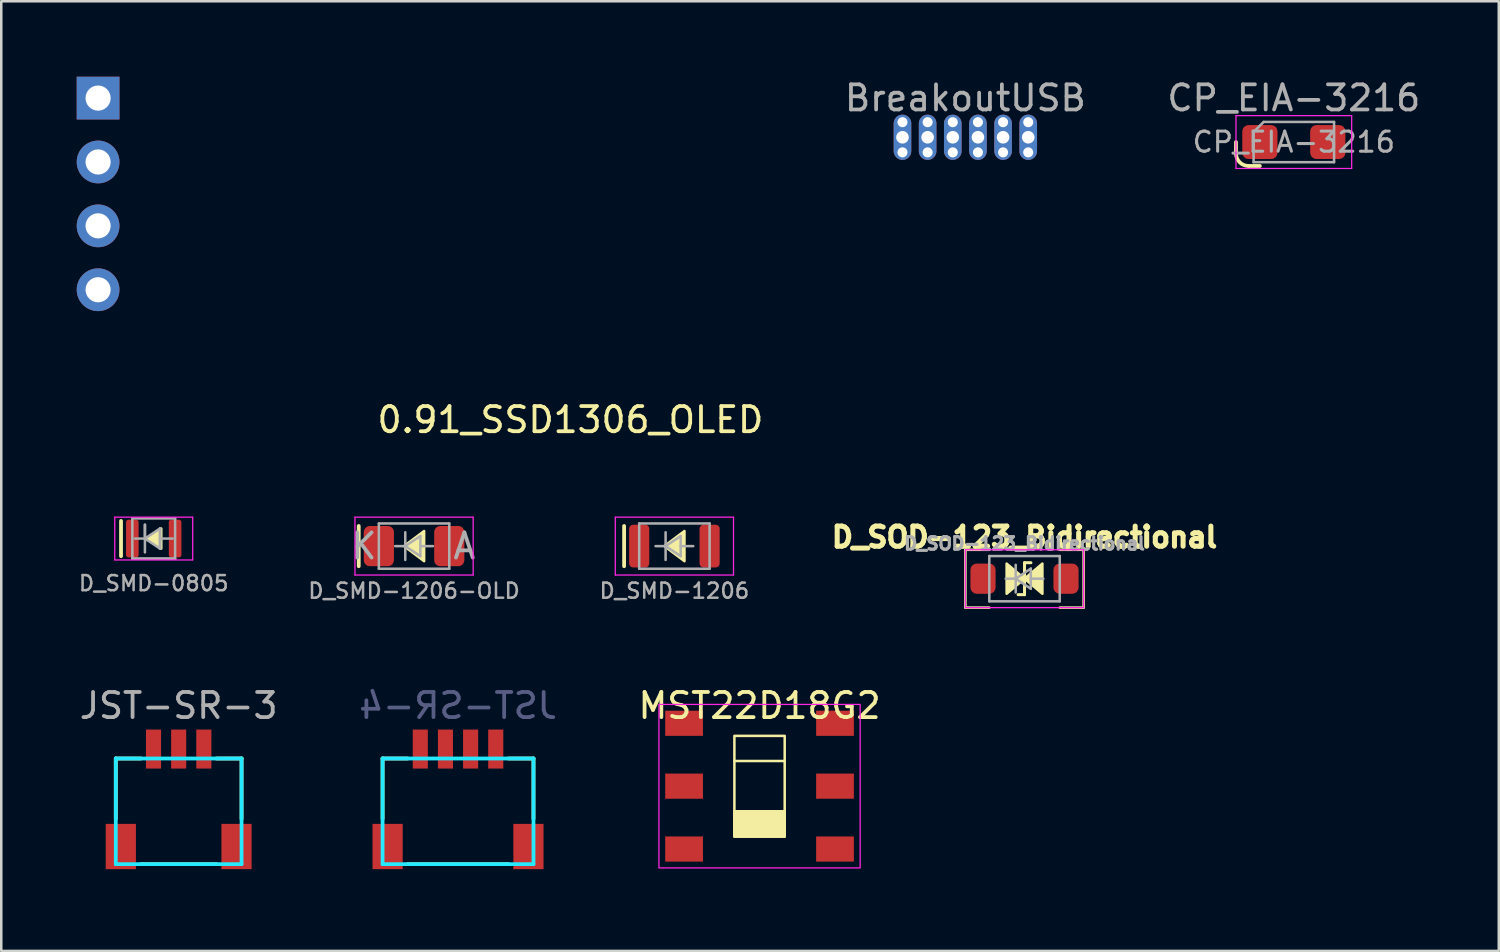
<source format=kicad_pcb>
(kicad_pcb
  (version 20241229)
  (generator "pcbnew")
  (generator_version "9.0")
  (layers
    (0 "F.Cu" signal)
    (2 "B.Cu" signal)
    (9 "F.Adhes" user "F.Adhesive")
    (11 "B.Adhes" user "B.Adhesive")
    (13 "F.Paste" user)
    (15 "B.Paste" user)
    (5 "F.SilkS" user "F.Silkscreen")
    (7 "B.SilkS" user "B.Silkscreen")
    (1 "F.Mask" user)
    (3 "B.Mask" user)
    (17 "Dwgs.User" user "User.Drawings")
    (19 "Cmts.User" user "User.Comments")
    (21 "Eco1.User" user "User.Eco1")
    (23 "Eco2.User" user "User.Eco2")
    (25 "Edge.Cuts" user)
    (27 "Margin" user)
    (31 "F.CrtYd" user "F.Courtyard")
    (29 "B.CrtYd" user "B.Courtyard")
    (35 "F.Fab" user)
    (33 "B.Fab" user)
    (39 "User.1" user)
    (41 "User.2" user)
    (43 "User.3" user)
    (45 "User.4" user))
  (footprint "D_SMD-0805"
    (layer "F.Cu")
    (at 3.062 18.363)
    (property "Reference" "D_SMD-0805" (at -0.00012 1.779 180) (layer "F.Fab") (effects (font (size 0.6 0.6) (thickness 0.1) (bold yes))))
    (attr smd)
    (fp_line (start -1.3 0.7) (end -1.3 -0.7) (stroke (width 0.15) (type solid)) (layer "F.SilkS"))
    (fp_poly (pts (xy -0.3 0) (xy 0.3 -0.4) (xy 0.3 0.4)) (stroke (width 0.1) (type solid)) (fill yes) (layer "F.SilkS"))
    (fp_line (start -1.55 -0.85) (end -1.55 0.85) (stroke (width 0.05) (type solid)) (layer "F.CrtYd"))
    (fp_line (start -1.55 -0.85) (end 1.55 -0.85) (stroke (width 0.05) (type solid)) (layer "F.CrtYd"))
    (fp_line (start 1.55 -0.85) (end 1.55 0.85) (stroke (width 0.05) (type solid)) (layer "F.CrtYd"))
    (fp_line (start 1.55 0.85) (end -1.55 0.85) (stroke (width 0.05) (type solid)) (layer "F.CrtYd"))
    (fp_line (start -0.85 -0.8) (end 0.85 -0.8) (stroke (width 0.1) (type solid)) (layer "F.Fab"))
    (fp_line (start -0.85 0.8) (end -0.85 -0.8) (stroke (width 0.1) (type solid)) (layer "F.Fab"))
    (fp_line (start -0.75 0) (end -0.35 0) (stroke (width 0.1) (type solid)) (layer "F.Fab"))
    (fp_line (start -0.35 0) (end -0.35 -0.55) (stroke (width 0.1) (type solid)) (layer "F.Fab"))
    (fp_line (start -0.35 0) (end -0.35 -0.55) (stroke (width 0.1) (type solid)) (layer "F.Fab"))
    (fp_line (start -0.35 0) (end -0.35 0.55) (stroke (width 0.1) (type solid)) (layer "F.Fab"))
    (fp_line (start -0.35 0) (end 0.25 -0.4) (stroke (width 0.1) (type solid)) (layer "F.Fab"))
    (fp_line (start 0.25 -0.4) (end 0.25 0.4) (stroke (width 0.1) (type solid)) (layer "F.Fab"))
    (fp_line (start 0.25 -0.4) (end 0.25 0.4) (stroke (width 0.1) (type solid)) (layer "F.Fab"))
    (fp_line (start 0.25 0) (end 0.75 0) (stroke (width 0.1) (type solid)) (layer "F.Fab"))
    (fp_line (start 0.25 0.4) (end -0.35 0) (stroke (width 0.1) (type solid)) (layer "F.Fab"))
    (fp_line (start 0.85 -0.8) (end 0.85 0.8) (stroke (width 0.1) (type solid)) (layer "F.Fab"))
    (fp_line (start 0.85 0.8) (end -0.85 0.8) (stroke (width 0.1) (type solid)) (layer "F.Fab"))
    (fp_line (start 0.85 0.8) (end -0.85 0.8) (stroke (width 0.1) (type solid)) (layer "F.Fab"))
    (pad "1" smd roundrect (at -0.85 0) (size 0.5 1.5) (layers "F.Cu" "F.Mask" "F.Paste") (roundrect_rratio 0.2))
    (pad "2" smd roundrect (at 0.85 0) (size 0.5 1.5) (layers "F.Cu" "F.Mask" "F.Paste") (roundrect_rratio 0.2)))
  (footprint "CP_EIA-3216"
    (layer "F.Cu")
    (at 48.392 2.598)
    (property "Reference" "CP_EIA-3216" (at 0 -1.75 0) (layer "F.Fab") (effects (font (size 1 1) (thickness 0.15))))
    (attr smd)
    (fp_line (start -2.3 0) (end -2.3 0.45) (stroke (width 0.15) (type solid)) (layer "F.SilkS"))
    (fp_line (start -1.8 0.95) (end -1.35 0.95) (stroke (width 0.15) (type solid)) (layer "F.SilkS"))
    (fp_arc (start -1.8 0.95) (mid -2.153553 0.803553) (end -2.3 0.45) (stroke (width 0.15) (type solid)) (layer "F.SilkS"))
    (fp_line (start -2.3 -1.05) (end 2.3 -1.05) (stroke (width 0.05) (type solid)) (layer "F.CrtYd"))
    (fp_line (start -2.3 1.05) (end -2.3 -1.05) (stroke (width 0.05) (type solid)) (layer "F.CrtYd"))
    (fp_line (start 2.3 -1.05) (end 2.3 1.05) (stroke (width 0.05) (type solid)) (layer "F.CrtYd"))
    (fp_line (start 2.3 1.05) (end -2.3 1.05) (stroke (width 0.05) (type solid)) (layer "F.CrtYd"))
    (fp_line (start -1.6 -0.4) (end -1.6 0.8) (stroke (width 0.1) (type solid)) (layer "F.Fab"))
    (fp_line (start -1.6 0.8) (end 1.6 0.8) (stroke (width 0.1) (type solid)) (layer "F.Fab"))
    (fp_line (start -1.2 -0.8) (end -1.6 -0.4) (stroke (width 0.1) (type solid)) (layer "F.Fab"))
    (fp_line (start 1.6 -0.8) (end -1.2 -0.8) (stroke (width 0.1) (type solid)) (layer "F.Fab"))
    (fp_line (start 1.6 0.8) (end 1.6 -0.8) (stroke (width 0.1) (type solid)) (layer "F.Fab"))
    (fp_text user "${REFERENCE}" (at 0 0 0) (layer "F.Fab") (effects (font (size 0.8 0.8) (thickness 0.12))))
    (pad "1" smd roundrect (at -1.35 0) (size 1.4 1.35) (layers "F.Cu" "F.Mask" "F.Paste") (roundrect_rratio 0.185))
    (pad "2" smd roundrect (at 1.35 0) (size 1.4 1.35) (layers "F.Cu" "F.Mask" "F.Paste") (roundrect_rratio 0.185)))
  (footprint "D_SMD-1206"
    (layer "F.Cu")
    (at 23.764 18.663)
    (property "Reference" "D_SMD-1206" (at -0.00012 1.779 180) (layer "F.Fab") (effects (font (size 0.6 0.6) (thickness 0.1) (bold yes))))
    (attr smd)
    (fp_line (start -2 0.8) (end -2 -0.8) (stroke (width 0.15) (type solid)) (layer "F.SilkS"))
    (fp_poly (pts (xy -0.4 0) (xy 0.4 -0.6) (xy 0.4 0.6)) (stroke (width 0.1) (type solid)) (fill yes) (layer "F.SilkS"))
    (fp_line (start -2.35 -1.15) (end -2.35 1.15) (stroke (width 0.05) (type solid)) (layer "F.CrtYd"))
    (fp_line (start -2.35 -1.15) (end 2.35 -1.15) (stroke (width 0.05) (type solid)) (layer "F.CrtYd"))
    (fp_line (start 2.35 -1.15) (end 2.35 1.15) (stroke (width 0.05) (type solid)) (layer "F.CrtYd"))
    (fp_line (start 2.35 1.15) (end -2.35 1.15) (stroke (width 0.05) (type solid)) (layer "F.CrtYd"))
    (fp_line (start -1.4 -0.9) (end 1.4 -0.9) (stroke (width 0.1) (type solid)) (layer "F.Fab"))
    (fp_line (start -1.4 0.9) (end -1.4 -0.9) (stroke (width 0.1) (type solid)) (layer "F.Fab"))
    (fp_line (start -0.75 0) (end -0.35 0) (stroke (width 0.1) (type solid)) (layer "F.Fab"))
    (fp_line (start -0.35 0) (end -0.35 -0.55) (stroke (width 0.1) (type solid)) (layer "F.Fab"))
    (fp_line (start -0.35 0) (end -0.35 0.55) (stroke (width 0.1) (type solid)) (layer "F.Fab"))
    (fp_line (start -0.35 0) (end 0.25 -0.4) (stroke (width 0.1) (type solid)) (layer "F.Fab"))
    (fp_line (start 0.25 -0.4) (end 0.25 0.4) (stroke (width 0.1) (type solid)) (layer "F.Fab"))
    (fp_line (start 0.25 0) (end 0.75 0) (stroke (width 0.1) (type solid)) (layer "F.Fab"))
    (fp_line (start 0.25 0.4) (end -0.35 0) (stroke (width 0.1) (type solid)) (layer "F.Fab"))
    (fp_line (start 1.4 -0.9) (end 1.4 0.9) (stroke (width 0.1) (type solid)) (layer "F.Fab"))
    (fp_line (start 1.4 0.9) (end -1.4 0.9) (stroke (width 0.1) (type solid)) (layer "F.Fab"))
    (pad "1" smd roundrect (at -1.4 0) (size 0.8 1.7) (layers "F.Cu" "F.Mask" "F.Paste") (roundrect_rratio 0.2))
    (pad "2" smd roundrect (at 1.4 0) (size 0.8 1.7) (layers "F.Cu" "F.Mask" "F.Paste") (roundrect_rratio 0.2)))
  (footprint "JST-SR-4"
    (layer "F.Cu")
    (at 15.161 31.507)
    (property "Reference" "JST-SR-4" (at 0 -6.5 180) (layer "B.Fab") (effects (font (size 1 1) (thickness 0.15)) (justify mirror)))
    (attr smd)
    (fp_line (start -3 -4.4) (end -2 -4.4) (stroke (width 0.15) (type solid)) (layer "F.SilkS"))
    (fp_line (start -3 -2) (end -3 -4.4) (stroke (width 0.15) (type solid)) (layer "F.SilkS"))
    (fp_line (start 2 -4.4) (end 3 -4.4) (stroke (width 0.15) (type solid)) (layer "F.SilkS"))
    (fp_line (start 2 -0.2) (end -2 -0.2) (stroke (width 0.15) (type solid)) (layer "F.SilkS"))
    (fp_line (start 3 -4.4) (end 3 -2) (stroke (width 0.15) (type solid)) (layer "F.SilkS"))
    (fp_line (start -3 -4.4) (end 3 -4.4) (stroke (width 0.15) (type solid)) (layer "B.CrtYd"))
    (fp_line (start -3 -0.2) (end -3 -4.4) (stroke (width 0.15) (type solid)) (layer "B.CrtYd"))
    (fp_line (start 3 -4.4) (end 3 -0.2) (stroke (width 0.15) (type solid)) (layer "B.CrtYd"))
    (fp_line (start 3 -0.2) (end -3 -0.2) (stroke (width 0.15) (type solid)) (layer "B.CrtYd"))
    (pad "" smd rect (at -2.8 -0.9) (size 1.2 1.8) (layers "F.Cu" "F.Mask" "F.Paste"))
    (pad "" smd rect (at 2.8 -0.9) (size 1.2 1.8) (layers "F.Cu" "F.Mask" "F.Paste"))
    (pad "1" smd rect (at -1.5 -4.775) (size 0.6 1.55) (layers "F.Cu" "F.Mask" "F.Paste"))
    (pad "2" smd rect (at -0.5 -4.775) (size 0.6 1.55) (layers "F.Cu" "F.Mask" "F.Paste"))
    (pad "3" smd rect (at 0.5 -4.775) (size 0.6 1.55) (layers "F.Cu" "F.Mask" "F.Paste"))
    (pad "4" smd rect (at 1.5 -4.775) (size 0.6 1.55) (layers "F.Cu" "F.Mask" "F.Paste")))
  (footprint "D_SOD-123_Bidirectional"
    (layer "F.Cu")
    (at 37.684 19.958)
    (property "Reference" "D_SOD-123_Bidirectional" (at 0 -1.651 0) (layer "F.SilkS") (effects (font (size 0.8 0.8) (thickness 0.2))))
    (attr smd)
    (fp_line (start -2.35 -1.15) (end -1.4 -1.15) (stroke (width 0.102) (type solid)) (layer "F.SilkS"))
    (fp_line (start -2.35 1.15) (end -2.35 -1.15) (stroke (width 0.102) (type solid)) (layer "F.SilkS"))
    (fp_line (start -2.35 1.15) (end -1.4 1.15) (stroke (width 0.102) (type solid)) (layer "F.SilkS"))
    (fp_line (start 0 -0.635) (end 0.254 -0.635) (stroke (width 0.12) (type solid)) (layer "F.SilkS"))
    (fp_line (start 0 0.635) (end -0.254 0.635) (stroke (width 0.12) (type solid)) (layer "F.SilkS"))
    (fp_line (start 0 0.635) (end 0 -0.635) (stroke (width 0.12) (type solid)) (layer "F.SilkS"))
    (fp_line (start 2.35 -1.15) (end 1.4 -1.15) (stroke (width 0.102) (type solid)) (layer "F.SilkS"))
    (fp_line (start 2.35 -1.15) (end 2.35 1.15) (stroke (width 0.102) (type solid)) (layer "F.SilkS"))
    (fp_line (start 2.35 1.15) (end 1.4 1.15) (stroke (width 0.102) (type solid)) (layer "F.SilkS"))
    (fp_poly (pts (xy 0 0) (xy -0.711 0.6) (xy -0.711 -0.6)) (stroke (width 0.1) (type solid)) (fill yes) (layer "F.SilkS"))
    (fp_poly (pts (xy 0 0) (xy 0.711 -0.6) (xy 0.711 0.6)) (stroke (width 0.1) (type solid)) (fill yes) (layer "F.SilkS"))
    (fp_line (start -2.35 -1.15) (end -2.35 1.15) (stroke (width 0.05) (type solid)) (layer "F.CrtYd"))
    (fp_line (start -2.35 -1.15) (end 2.35 -1.15) (stroke (width 0.05) (type solid)) (layer "F.CrtYd"))
    (fp_line (start 2.35 -1.15) (end 2.35 1.15) (stroke (width 0.05) (type solid)) (layer "F.CrtYd"))
    (fp_line (start 2.35 1.15) (end -2.35 1.15) (stroke (width 0.05) (type solid)) (layer "F.CrtYd"))
    (fp_line (start -1.4 -0.9) (end 1.4 -0.9) (stroke (width 0.1) (type solid)) (layer "F.Fab"))
    (fp_line (start -1.4 0.9) (end -1.4 -0.9) (stroke (width 0.1) (type solid)) (layer "F.Fab"))
    (fp_line (start -0.75 0) (end -0.35 0) (stroke (width 0.1) (type solid)) (layer "F.Fab"))
    (fp_line (start -0.35 0) (end -0.35 -0.55) (stroke (width 0.1) (type solid)) (layer "F.Fab"))
    (fp_line (start -0.35 0) (end -0.35 0.55) (stroke (width 0.1) (type solid)) (layer "F.Fab"))
    (fp_line (start -0.35 0) (end 0.25 -0.4) (stroke (width 0.1) (type solid)) (layer "F.Fab"))
    (fp_line (start 0.25 -0.4) (end 0.25 0.4) (stroke (width 0.1) (type solid)) (layer "F.Fab"))
    (fp_line (start 0.25 0) (end 0.75 0) (stroke (width 0.1) (type solid)) (layer "F.Fab"))
    (fp_line (start 0.25 0.4) (end -0.35 0) (stroke (width 0.1) (type solid)) (layer "F.Fab"))
    (fp_line (start 1.4 -0.9) (end 1.4 0.9) (stroke (width 0.1) (type solid)) (layer "F.Fab"))
    (fp_line (start 1.4 0.9) (end -1.4 0.9) (stroke (width 0.1) (type solid)) (layer "F.Fab"))
    (fp_text user "${REFERENCE}" (at 0 -1.397 180) (layer "F.Fab") (effects (font (size 0.5 0.5) (thickness 0.125))))
    (pad "1" smd roundrect (at -1.65 0) (size 1 1.2) (layers "F.Cu" "F.Mask" "F.Paste") (roundrect_rratio 0.25))
    (pad "2" smd roundrect (at 1.65 0) (size 1 1.2) (layers "F.Cu" "F.Mask" "F.Paste") (roundrect_rratio 0.25)))
  (footprint "JST-SR-3"
    (layer "F.Cu")
    (at 4.054 31.507)
    (property "Reference" "JST-SR-3" (at 0 -6.5 0) (layer "F.Fab") (effects (font (size 1 1) (thickness 0.15))))
    (attr smd)
    (fp_line (start -2.5 -4.4) (end -1.5 -4.4) (stroke (width 0.15) (type solid)) (layer "F.SilkS"))
    (fp_line (start -2.5 -2) (end -2.5 -4.4) (stroke (width 0.15) (type solid)) (layer "F.SilkS"))
    (fp_line (start 1.5 -4.4) (end 2.5 -4.4) (stroke (width 0.15) (type solid)) (layer "F.SilkS"))
    (fp_line (start 1.5 -0.2) (end -1.5 -0.2) (stroke (width 0.15) (type solid)) (layer "F.SilkS"))
    (fp_line (start 2.5 -4.4) (end 2.5 -2) (stroke (width 0.15) (type solid)) (layer "F.SilkS"))
    (fp_line (start -2.5 -4.4) (end 2.5 -4.4) (stroke (width 0.15) (type solid)) (layer "B.CrtYd"))
    (fp_line (start -2.5 -0.2) (end -2.5 -4.4) (stroke (width 0.15) (type solid)) (layer "B.CrtYd"))
    (fp_line (start 2.5 -4.4) (end 2.5 -0.2) (stroke (width 0.15) (type solid)) (layer "B.CrtYd"))
    (fp_line (start 2.5 -0.2) (end -2.5 -0.2) (stroke (width 0.15) (type solid)) (layer "B.CrtYd"))
    (pad "" smd rect (at -2.3 -0.9) (size 1.2 1.8) (layers "F.Cu" "F.Mask" "F.Paste"))
    (pad "" smd rect (at 2.3 -0.9) (size 1.2 1.8) (layers "F.Cu" "F.Mask" "F.Paste"))
    (pad "1" smd rect (at -1 -4.775) (size 0.6 1.55) (layers "F.Cu" "F.Mask" "F.Paste"))
    (pad "2" smd rect (at 0 -4.775) (size 0.6 1.55) (layers "F.Cu" "F.Mask" "F.Paste"))
    (pad "3" smd rect (at 1 -4.775) (size 0.6 1.55) (layers "F.Cu" "F.Mask" "F.Paste")))
  (footprint "MST22D18G2"
    (layer "F.Cu")
    (at 27.149 28.207)
    (property "Reference" "MST22D18G2" (at 0 -3.2 0) (layer "F.SilkS") (effects (font (size 1 1) (thickness 0.15))))
    (attr smd)
    (fp_line (start -1 -1) (end 1 -1) (stroke (width 0.1) (type solid)) (layer "F.SilkS"))
    (fp_rect (start -1 -2) (end 1 2) (stroke (width 0.1) (type default)) (fill no) (layer "F.SilkS"))
    (fp_rect (start -1 1) (end 1 2) (stroke (width 0.1) (type default)) (fill no) (layer "F.SilkS"))
    (fp_poly (pts (xy -1 1) (xy 1 1) (xy 1 2) (xy -1 2)) (stroke (width 0.1) (type solid)) (fill yes) (layer "F.SilkS"))
    (fp_rect (start -4 -3.25) (end 4 3.25) (stroke (width 0.05) (type default)) (fill no) (layer "F.CrtYd"))
    (pad "1" smd rect (at -3 -2.5) (size 1.5 1) (layers "F.Cu" "F.Mask" "F.Paste"))
    (pad "1" smd rect (at 3 -2.5) (size 1.5 1) (layers "F.Cu" "F.Mask" "F.Paste"))
    (pad "2" smd rect (at -3 0) (size 1.5 1) (layers "F.Cu" "F.Mask" "F.Paste"))
    (pad "2" smd rect (at 3 0) (size 1.5 1) (layers "F.Cu" "F.Mask" "F.Paste"))
    (pad "3" smd rect (at -3 2.5) (size 1.5 1) (layers "F.Cu" "F.Mask" "F.Paste"))
    (pad "3" smd rect (at 3 2.5) (size 1.5 1) (layers "F.Cu" "F.Mask" "F.Paste")))
  (footprint "0.91_SSD1306_OLED"
    (layer "F.Cu")
    (at 19.63 13.14)
    (property "Reference" "0.91_SSD1306_OLED" (at 0 0.5 0) (layer "F.SilkS") (effects (font (size 1 1) (thickness 0.15))))
    (attr through_hole)
    (pad "1" thru_hole rect (at -18.78 -12.29) (size 1.7 1.7) (drill 1) (layers "*.Cu" "*.Mask"))
    (pad "2" thru_hole oval (at -18.78 -9.75) (size 1.7 1.7) (drill 1) (layers "*.Cu" "*.Mask"))
    (pad "3" thru_hole oval (at -18.78 -7.21) (size 1.7 1.7) (drill 1) (layers "*.Cu" "*.Mask"))
    (pad "4" thru_hole oval (at -18.78 -4.67) (size 1.7 1.7) (drill 1) (layers "*.Cu" "*.Mask")))
  (footprint "D_SMD-1206-OLD"
    (layer "F.Cu")
    (at 13.413 18.663)
    (property "Reference" "D_SMD-1206-OLD" (at -0.00012 1.779 180) (layer "F.Fab") (effects (font (size 0.6 0.6) (thickness 0.1) (bold yes))))
    (attr smd)
    (fp_line (start -2.2 0.8) (end -2.2 -0.8) (stroke (width 0.15) (type solid)) (layer "F.SilkS"))
    (fp_poly (pts (xy -0.4 0) (xy 0.4 -0.6) (xy 0.4 0.6)) (stroke (width 0.1) (type solid)) (fill yes) (layer "F.SilkS"))
    (fp_line (start -2.35 -1.15) (end -2.35 1.15) (stroke (width 0.05) (type solid)) (layer "F.CrtYd"))
    (fp_line (start -2.35 -1.15) (end 2.35 -1.15) (stroke (width 0.05) (type solid)) (layer "F.CrtYd"))
    (fp_line (start 2.35 -1.15) (end 2.35 1.15) (stroke (width 0.05) (type solid)) (layer "F.CrtYd"))
    (fp_line (start 2.35 1.15) (end -2.35 1.15) (stroke (width 0.05) (type solid)) (layer "F.CrtYd"))
    (fp_line (start -1.4 -0.9) (end 1.4 -0.9) (stroke (width 0.1) (type solid)) (layer "F.Fab"))
    (fp_line (start -1.4 0.9) (end -1.4 -0.9) (stroke (width 0.1) (type solid)) (layer "F.Fab"))
    (fp_line (start -0.75 0) (end -0.35 0) (stroke (width 0.1) (type solid)) (layer "F.Fab"))
    (fp_line (start -0.35 0) (end -0.35 -0.55) (stroke (width 0.1) (type solid)) (layer "F.Fab"))
    (fp_line (start -0.35 0) (end -0.35 0.55) (stroke (width 0.1) (type solid)) (layer "F.Fab"))
    (fp_line (start -0.35 0) (end 0.25 -0.4) (stroke (width 0.1) (type solid)) (layer "F.Fab"))
    (fp_line (start 0.25 -0.4) (end 0.25 0.4) (stroke (width 0.1) (type solid)) (layer "F.Fab"))
    (fp_line (start 0.25 0) (end 0.75 0) (stroke (width 0.1) (type solid)) (layer "F.Fab"))
    (fp_line (start 0.25 0.4) (end -0.35 0) (stroke (width 0.1) (type solid)) (layer "F.Fab"))
    (fp_line (start 1.4 -0.9) (end 1.4 0.9) (stroke (width 0.1) (type solid)) (layer "F.Fab"))
    (fp_line (start 1.4 0.9) (end -1.4 0.9) (stroke (width 0.1) (type solid)) (layer "F.Fab"))
    (fp_text user "K" (at -2 0 0) (layer "F.Fab") (effects (font (size 1 1) (thickness 0.15))))
    (fp_text user "A" (at 2 0 0) (layer "F.Fab") (effects (font (size 1 1) (thickness 0.15))))
    (pad "1" smd roundrect (at -1.4 0) (size 1.2 1.6) (layers "F.Cu" "F.Mask" "F.Paste") (roundrect_rratio 0.2))
    (pad "2" smd roundrect (at 1.4 0) (size 1.2 1.6) (layers "F.Cu" "F.Mask" "F.Paste") (roundrect_rratio 0.2)))
  (footprint "BreakoutUSB"
    (layer "F.Cu")
    (at 35.332 2.408)
    (property "Reference" "BreakoutUSB" (at 0 -1.56 0) (layer "F.Fab") (effects (font (size 1 1) (thickness 0.15))))
    (attr through_hole)
    (pad "1" thru_hole circle (at -2.5 -0.6) (size 0.5 0.5) (drill 0.4) (layers "*.Cu" "*.Mask"))
    (pad "1" thru_hole oval (at -2.5 0 180) (size 0.7 1.8) (drill 0.5) (layers "*.Cu" "*.Mask"))
    (pad "1" thru_hole circle (at -2.5 0.6 180) (size 0.5 0.5) (drill 0.4) (layers "*.Cu" "*.Mask"))
    (pad "2" thru_hole circle (at -1.5 -0.6) (size 0.5 0.5) (drill 0.4) (layers "*.Cu" "*.Mask"))
    (pad "2" thru_hole oval (at -1.5 0) (size 0.7 1.8) (drill 0.5) (layers "*.Cu" "*.Mask"))
    (pad "2" thru_hole circle (at -1.5 0.6 180) (size 0.5 0.5) (drill 0.4) (layers "*.Cu" "*.Mask"))
    (pad "3" thru_hole circle (at -0.5 -0.6) (size 0.5 0.5) (drill 0.4) (layers "*.Cu" "*.Mask"))
    (pad "3" thru_hole oval (at -0.5 0 180) (size 0.7 1.8) (drill 0.5) (layers "*.Cu" "*.Mask"))
    (pad "3" thru_hole circle (at -0.5 0.6 180) (size 0.5 0.5) (drill 0.4) (layers "*.Cu" "*.Mask"))
    (pad "4" thru_hole circle (at 0.5 -0.6) (size 0.5 0.5) (drill 0.4) (layers "*.Cu" "*.Mask"))
    (pad "4" thru_hole oval (at 0.5 0) (size 0.7 1.8) (drill 0.5) (layers "*.Cu" "*.Mask"))
    (pad "4" thru_hole circle (at 0.5 0.6 180) (size 0.5 0.5) (drill 0.4) (layers "*.Cu" "*.Mask"))
    (pad "5" thru_hole circle (at 1.5 -0.6) (size 0.5 0.5) (drill 0.4) (layers "*.Cu" "*.Mask"))
    (pad "5" thru_hole oval (at 1.5 0 180) (size 0.7 1.8) (drill 0.5) (layers "*.Cu" "*.Mask"))
    (pad "5" thru_hole circle (at 1.5 0.6 180) (size 0.5 0.5) (drill 0.4) (layers "*.Cu" "*.Mask"))
    (pad "6" thru_hole circle (at 2.5 -0.6) (size 0.5 0.5) (drill 0.4) (layers "*.Cu" "*.Mask"))
    (pad "6" thru_hole oval (at 2.5 0) (size 0.7 1.8) (drill 0.5) (layers "*.Cu" "*.Mask"))
    (pad "6" thru_hole circle (at 2.5 0.6 180) (size 0.5 0.5) (drill 0.4) (layers "*.Cu" "*.Mask")))
  (gr_rect
    (start -3 -3)
    (end 56.541 34.757)
    (stroke (width 0.1) (type default))
    (fill no)
    (layer "Edge.Cuts")))
</source>
